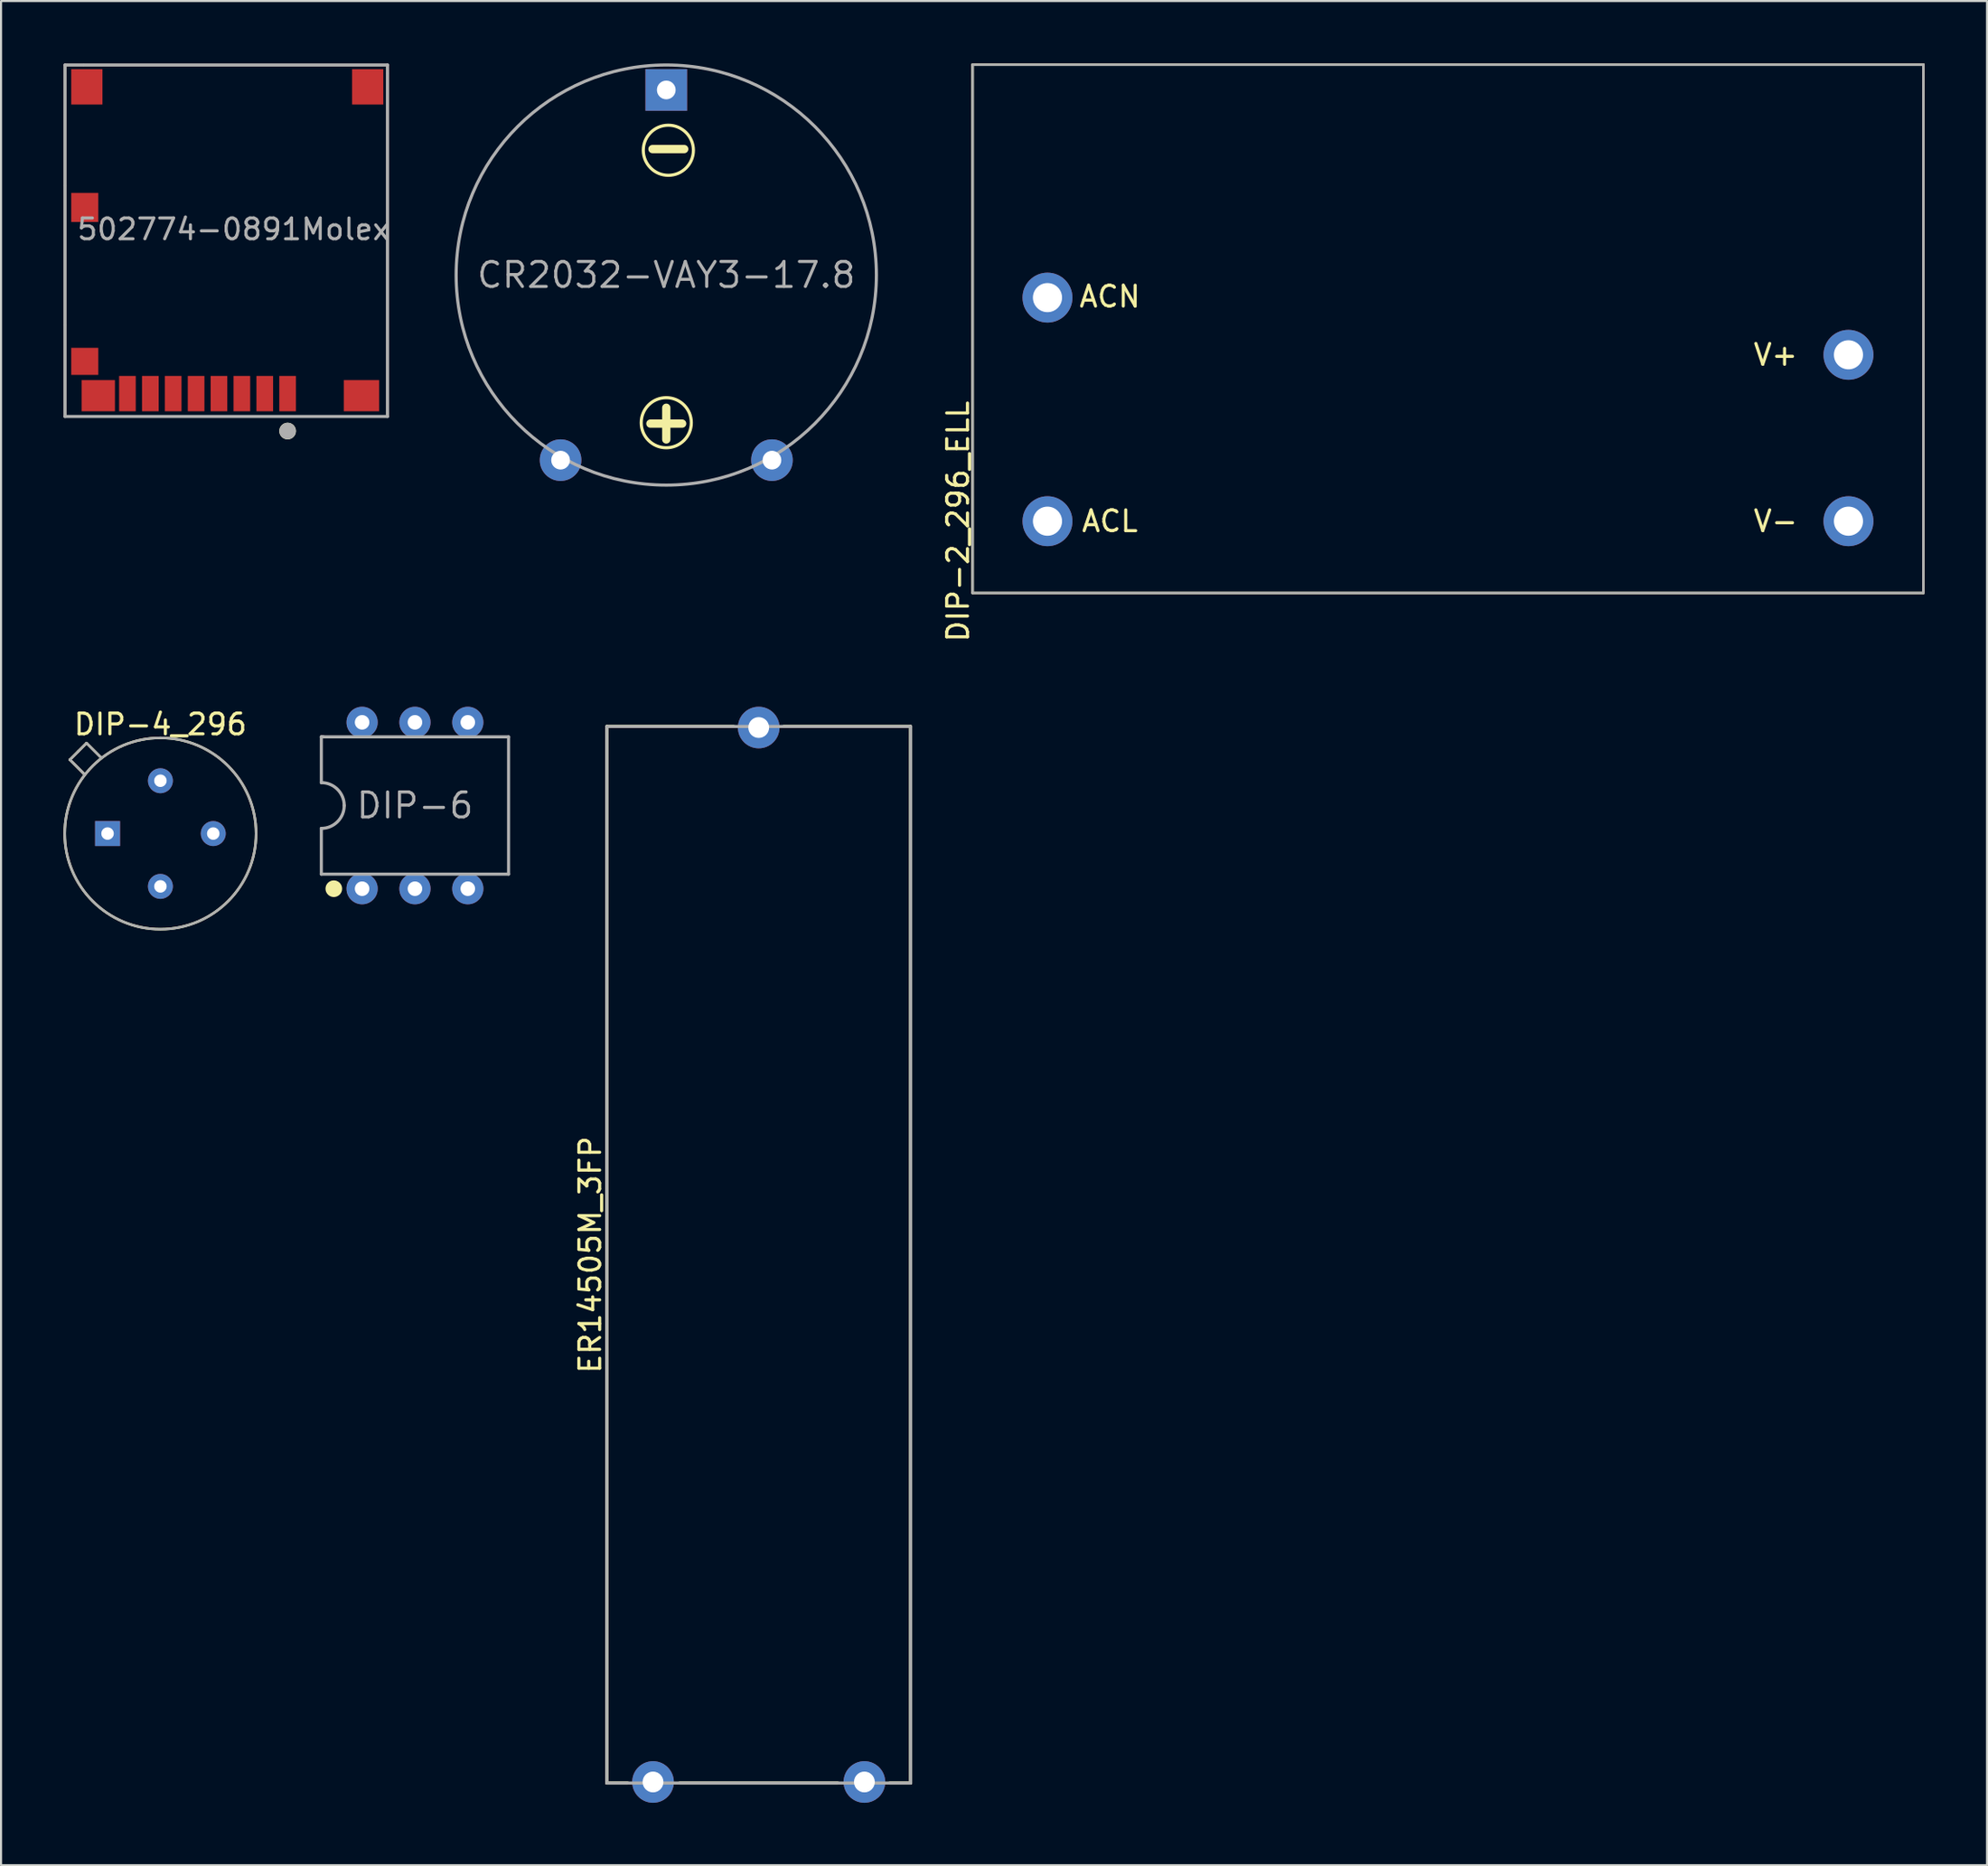
<source format=kicad_pcb>
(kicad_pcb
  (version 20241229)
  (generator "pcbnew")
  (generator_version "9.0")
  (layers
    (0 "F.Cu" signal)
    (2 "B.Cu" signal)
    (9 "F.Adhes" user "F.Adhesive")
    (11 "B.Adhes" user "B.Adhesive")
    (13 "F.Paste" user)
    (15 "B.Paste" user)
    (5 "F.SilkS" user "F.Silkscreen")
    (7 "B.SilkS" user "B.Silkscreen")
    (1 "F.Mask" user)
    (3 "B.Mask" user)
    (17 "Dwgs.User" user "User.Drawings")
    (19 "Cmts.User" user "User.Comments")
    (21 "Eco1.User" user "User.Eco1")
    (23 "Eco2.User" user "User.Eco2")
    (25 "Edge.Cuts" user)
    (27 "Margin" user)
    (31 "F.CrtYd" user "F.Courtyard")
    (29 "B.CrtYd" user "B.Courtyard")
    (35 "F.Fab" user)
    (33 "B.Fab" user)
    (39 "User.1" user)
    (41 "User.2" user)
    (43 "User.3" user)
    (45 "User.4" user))
  (footprint "CR2032-VAY3-17.8"
    (layer "F.Cu")
    (at 28.975 10.175)
    (property "Reference" "CR2032-VAY3-17.8" (at 0 0 180) (layer "F.Fab") (effects (font (size 1.2 1.2) (thickness 0.15))))
    (attr through_hole)
    (fp_circle (center 0 7.1) (end 1.2 7.2) (stroke (width 0.15) (type solid)) (fill no) (layer "F.SilkS"))
    (fp_circle (center 0.1 -6) (end 1.3 -5.9) (stroke (width 0.15) (type solid)) (fill no) (layer "F.SilkS"))
    (fp_circle (center 0 0) (end 0 -10.1) (stroke (width 0.15) (type solid)) (fill no) (layer "F.Fab"))
    (fp_text user "-" (at 0.1 -6.2 0) (layer "F.SilkS") (effects (font (size 2 2) (thickness 0.4))))
    (fp_text user "+" (at 0 7 0) (layer "F.SilkS") (effects (font (size 2 2) (thickness 0.4))))
    (pad "1" thru_hole rect (at 0 -8.9) (size 2 2) (drill 0.9) (layers "*.Cu" "*.Mask"))
    (pad "2" thru_hole circle (at -5.08 8.9) (size 2 2) (drill 0.9) (layers "*.Cu" "*.Mask"))
    (pad "2" thru_hole circle (at 5.08 8.9) (size 2 2) (drill 0.9) (layers "*.Cu" "*.Mask")))
  (footprint "ER14505M_3FP"
    (layer "F.Cu")
    (at 33.418 57.281)
    (property "Reference" "ER14505M_3FP" (at -8.1 0 90) (layer "F.SilkS") (effects (font (size 1 1) (thickness 0.15))))
    (attr through_hole)
    (fp_line (start -7.3 -25.4) (end -7.3 25.4) (stroke (width 0.15) (type solid)) (layer "F.SilkS"))
    (fp_line (start -7.3 25.4) (end -6.3 25.4) (stroke (width 0.15) (type solid)) (layer "F.SilkS"))
    (fp_line (start -3.8 25.4) (end 3.8 25.4) (stroke (width 0.15) (type solid)) (layer "F.SilkS"))
    (fp_line (start -1.2 -25.4) (end -7.3 -25.4) (stroke (width 0.15) (type solid)) (layer "F.SilkS"))
    (fp_line (start 6.3 25.4) (end 7.3 25.4) (stroke (width 0.15) (type solid)) (layer "F.SilkS"))
    (fp_line (start 7.3 -25.4) (end 1.2 -25.4) (stroke (width 0.15) (type solid)) (layer "F.SilkS"))
    (fp_line (start 7.3 25.4) (end 7.3 -25.4) (stroke (width 0.15) (type solid)) (layer "F.SilkS"))
    (fp_line (start -7.3 -25.4) (end 7.3 -25.4) (stroke (width 0.15) (type solid)) (layer "F.Fab"))
    (fp_line (start -7.3 25.4) (end -7.3 -25.4) (stroke (width 0.15) (type solid)) (layer "F.Fab"))
    (fp_line (start 7.3 -25.4) (end 7.3 25.4) (stroke (width 0.15) (type solid)) (layer "F.Fab"))
    (fp_line (start 7.3 25.4) (end -7.3 25.4) (stroke (width 0.15) (type solid)) (layer "F.Fab"))
    (pad "1" thru_hole circle (at 0 -25.35) (size 2 2) (drill 1) (layers "*.Cu" "*.Mask"))
    (pad "2" thru_hole circle (at -5.08 25.35) (size 2 2) (drill 1) (layers "*.Cu" "*.Mask"))
    (pad "3" thru_hole circle (at 5.08 25.35) (size 2 2) (drill 1) (layers "*.Cu" "*.Mask")))
  (footprint "DIP-2_296_ELL"
    (layer "F.Cu")
    (at 47.298 22.01)
    (property "Reference" "DIP-2_296_ELL" (at -4.3 0.01 90) (layer "F.SilkS") (effects (font (size 1 1) (thickness 0.15))))
    (attr through_hole)
    (fp_line (start -3.6 -21.95) (end 42.1 -21.95) (stroke (width 0.12) (type solid)) (layer "F.SilkS"))
    (fp_line (start -3.6 3.45) (end -3.6 -21.95) (stroke (width 0.12) (type solid)) (layer "F.SilkS"))
    (fp_line (start 42.1 -21.95) (end 42.1 3.45) (stroke (width 0.12) (type solid)) (layer "F.SilkS"))
    (fp_line (start 42.1 3.45) (end -3.6 3.45) (stroke (width 0.12) (type solid)) (layer "F.SilkS"))
    (fp_line (start -3.6 -21.95) (end -3.6 3.45) (stroke (width 0.12) (type solid)) (layer "F.Fab"))
    (fp_line (start -3.6 -21.95) (end 42.1 -21.95) (stroke (width 0.12) (type solid)) (layer "F.Fab"))
    (fp_line (start -3.6 3.45) (end 42.1 3.45) (stroke (width 0.12) (type solid)) (layer "F.Fab"))
    (fp_line (start 42.1 -21.95) (end 42.1 3.45) (stroke (width 0.12) (type solid)) (layer "F.Fab"))
    (fp_text user "V-" (at 35 0 0) (layer "F.SilkS") (effects (font (size 1 1) (thickness 0.15))))
    (fp_text user "ACL" (at 3 0 0) (layer "F.SilkS") (effects (font (size 1 1) (thickness 0.15))))
    (fp_text user "ACN" (at 3 -10.8 0) (layer "F.SilkS") (effects (font (size 1 1) (thickness 0.15))))
    (fp_text user "V+" (at 35 -8 0) (layer "F.SilkS") (effects (font (size 1 1) (thickness 0.15))))
    (pad "1" thru_hole circle (at 0 -10.75) (size 2.4 2.4) (drill 1.4) (layers "*.Cu" "*.Mask"))
    (pad "2" thru_hole circle (at 0 0) (size 2.4 2.4) (drill 1.4) (layers "*.Cu" "*.Mask"))
    (pad "3" thru_hole circle (at 38.5 -8) (size 2.4 2.4) (drill 1.4) (layers "*.Cu" "*.Mask"))
    (pad "4" thru_hole circle (at 38.5 0) (size 2.4 2.4) (drill 1.4) (layers "*.Cu" "*.Mask")))
  (footprint "502774-0891Molex"
    (layer "F.Cu")
    (at 1.875 0.275)
    (property "Reference" "502774-0891Molex" (at 6.3 7.7 0) (layer "F.Fab") (effects (font (size 1 1) (thickness 0.15))))
    (attr through_hole)
    (fp_line (start -1.8 -0.2) (end -1.7 -0.2) (stroke (width 0.1) (type solid)) (layer "F.SilkS"))
    (fp_line (start -1.8 5.6) (end -1.8 -0.2) (stroke (width 0.1) (type solid)) (layer "F.SilkS"))
    (fp_line (start -1.8 12.3) (end -1.8 5.6) (stroke (width 0.1) (type solid)) (layer "F.SilkS"))
    (fp_line (start -1.8 16.7) (end -1.8 12.3) (stroke (width 0.1) (type solid)) (layer "F.SilkS"))
    (fp_line (start -1.7 -0.2) (end -0.9 -0.2) (stroke (width 0.1) (type solid)) (layer "F.SilkS"))
    (fp_line (start -1.6 16.7) (end -1.8 16.7) (stroke (width 0.1) (type solid)) (layer "F.SilkS"))
    (fp_line (start -0.9 -0.2) (end 13.7 -0.2) (stroke (width 0.1) (type solid)) (layer "F.SilkS"))
    (fp_line (start 13.7 -0.2) (end 13.7 0.2) (stroke (width 0.1) (type solid)) (layer "F.SilkS"))
    (fp_line (start 13.7 0.2) (end 13.7 16.7) (stroke (width 0.1) (type solid)) (layer "F.SilkS"))
    (fp_line (start 13.7 16.7) (end -1.6 16.7) (stroke (width 0.1) (type solid)) (layer "F.SilkS"))
    (fp_circle (center 8.9 17.4) (end 9.1 17.4) (stroke (width 0.4) (type solid)) (fill no) (layer "F.SilkS"))
    (fp_line (start -1.8 -0.2) (end 13.7 -0.2) (stroke (width 0.15) (type solid)) (layer "F.Fab"))
    (fp_line (start -1.8 16.7) (end -1.8 -0.2) (stroke (width 0.15) (type solid)) (layer "F.Fab"))
    (fp_line (start 13.7 -0.2) (end 13.7 16.7) (stroke (width 0.15) (type solid)) (layer "F.Fab"))
    (fp_line (start 13.7 16.7) (end -1.8 16.7) (stroke (width 0.15) (type solid)) (layer "F.Fab"))
    (fp_circle (center 8.9 17.4) (end 9.1 17.4) (stroke (width 0.4) (type solid)) (fill no) (layer "F.Fab"))
    (pad "1" smd rect (at 8.9 15.6) (size 0.8 1.7) (layers "F.Cu" "F.Mask" "F.Paste"))
    (pad "2" smd rect (at 7.8 15.6) (size 0.8 1.7) (layers "F.Cu" "F.Mask" "F.Paste"))
    (pad "3" smd rect (at 6.7 15.6) (size 0.8 1.7) (layers "F.Cu" "F.Mask" "F.Paste"))
    (pad "4" smd rect (at 5.6 15.6) (size 0.8 1.7) (layers "F.Cu" "F.Mask" "F.Paste"))
    (pad "5" smd rect (at 4.5 15.6) (size 0.8 1.7) (layers "F.Cu" "F.Mask" "F.Paste"))
    (pad "6" smd rect (at 3.4 15.6) (size 0.8 1.7) (layers "F.Cu" "F.Mask" "F.Paste"))
    (pad "7" smd rect (at 2.3 15.6) (size 0.8 1.7) (layers "F.Cu" "F.Mask" "F.Paste"))
    (pad "8" smd rect (at 1.2 15.6) (size 0.8 1.7) (layers "F.Cu" "F.Mask" "F.Paste"))
    (pad "9" smd rect (at 12.45 15.7) (size 1.7 1.5) (layers "F.Cu" "F.Mask" "F.Paste"))
    (pad "10" smd rect (at -0.2 15.7) (size 1.6 1.5) (layers "F.Cu" "F.Mask" "F.Paste"))
    (pad "11" smd rect (at -0.75 0.85) (size 1.5 1.7) (layers "F.Cu" "F.Mask" "F.Paste"))
    (pad "12" smd rect (at -0.85 14.05) (size 1.3 1.3) (layers "F.Cu" "F.Mask" "F.Paste"))
    (pad "13" smd rect (at -0.85 6.65) (size 1.3 1.4) (layers "F.Cu" "F.Mask" "F.Paste"))
    (pad "14" smd rect (at 12.75 0.85) (size 1.5 1.7) (layers "F.Cu" "F.Mask" "F.Paste")))
  (footprint "DIP-6"
    (layer "F.Cu")
    (at 16.895 35.681)
    (property "Reference" "DIP-6" (at 0 0 180) (layer "F.Fab") (effects (font (size 1.2 1.2) (thickness 0.15))))
    (attr through_hole)
    (fp_circle (center -3.9 4) (end -3.7 4) (stroke (width 0.4) (type solid)) (fill no) (layer "F.SilkS"))
    (fp_line (start -4.5 -3.3) (end -4.4 -3.3) (stroke (width 0.15) (type solid)) (layer "F.Fab"))
    (fp_line (start -4.5 -3.3) (end 4.5 -3.3) (stroke (width 0.15) (type solid)) (layer "F.Fab"))
    (fp_line (start -4.5 -1.1) (end -4.5 -3.3) (stroke (width 0.15) (type solid)) (layer "F.Fab"))
    (fp_line (start -4.5 1.1) (end -4.5 3.3) (stroke (width 0.15) (type solid)) (layer "F.Fab"))
    (fp_line (start 4.5 -3.3) (end 4.5 3.3) (stroke (width 0.15) (type solid)) (layer "F.Fab"))
    (fp_line (start 4.5 3.3) (end -4.5 3.3) (stroke (width 0.15) (type solid)) (layer "F.Fab"))
    (fp_arc (start -4.5 -1.1) (mid -3.722183 -0.777817) (end -3.4 0) (stroke (width 0.15) (type solid)) (layer "F.Fab"))
    (fp_arc (start -3.4 0) (mid -3.722183 0.777817) (end -4.5 1.1) (stroke (width 0.15) (type solid)) (layer "F.Fab"))
    (pad "1" thru_hole circle (at -2.54 4) (size 1.5 1.5) (drill 0.7) (layers "*.Cu" "*.Mask"))
    (pad "2" thru_hole circle (at 0 4) (size 1.5 1.5) (drill 0.7) (layers "*.Cu" "*.Mask"))
    (pad "3" thru_hole circle (at 2.54 4) (size 1.5 1.5) (drill 0.7) (layers "*.Cu" "*.Mask"))
    (pad "4" thru_hole circle (at 2.54 -4) (size 1.5 1.5) (drill 0.7) (layers "*.Cu" "*.Mask"))
    (pad "5" thru_hole circle (at 0 -4) (size 1.5 1.5) (drill 0.7) (layers "*.Cu" "*.Mask"))
    (pad "6" thru_hole circle (at -2.54 -4) (size 1.5 1.5) (drill 0.7) (layers "*.Cu" "*.Mask")))
  (footprint "DIP-4_296"
    (layer "F.Cu")
    (at 4.66 37.029)
    (property "Reference" "DIP-4_296" (at 0 -5.25 180) (layer "F.SilkS") (effects (font (size 1 1) (thickness 0.15))))
    (attr through_hole)
    (fp_line (start -4.35 -3.55) (end -3.65 -2.85) (stroke (width 0.12) (type solid)) (layer "F.SilkS"))
    (fp_line (start -3.95 -3.95) (end -4.35 -3.55) (stroke (width 0.12) (type solid)) (layer "F.SilkS"))
    (fp_line (start -3.95 -3.95) (end -3.55 -4.35) (stroke (width 0.12) (type solid)) (layer "F.SilkS"))
    (fp_line (start -3.55 -4.35) (end -2.85 -3.65) (stroke (width 0.12) (type solid)) (layer "F.SilkS"))
    (fp_circle (center 0 0) (end 4.6 0) (stroke (width 0.12) (type solid)) (fill no) (layer "F.SilkS"))
    (fp_line (start -4.35 -3.55) (end -3.65 -2.85) (stroke (width 0.12) (type solid)) (layer "F.Fab"))
    (fp_line (start -4.35 -3.55) (end -3.55 -4.35) (stroke (width 0.12) (type solid)) (layer "F.Fab"))
    (fp_line (start -3.55 -4.35) (end -2.85 -3.65) (stroke (width 0.12) (type solid)) (layer "F.Fab"))
    (fp_circle (center 0 0) (end 4.6 0) (stroke (width 0.12) (type solid)) (fill no) (layer "F.Fab"))
    (pad "1" thru_hole rect (at -2.54 0) (size 1.2 1.2) (drill 0.6) (layers "*.Cu" "*.Mask"))
    (pad "2" thru_hole circle (at 0 2.54) (size 1.2 1.2) (drill 0.6) (layers "*.Cu" "*.Mask"))
    (pad "3" thru_hole circle (at 2.54 0) (size 1.2 1.2) (drill 0.6) (layers "*.Cu" "*.Mask"))
    (pad "4" thru_hole circle (at 0 -2.54) (size 1.2 1.2) (drill 0.6) (layers "*.Cu" "*.Mask")))
  (gr_rect
    (start -3 -3)
    (end 92.458 86.631)
    (stroke (width 0.1) (type default))
    (fill no)
    (layer "Edge.Cuts")))
</source>
